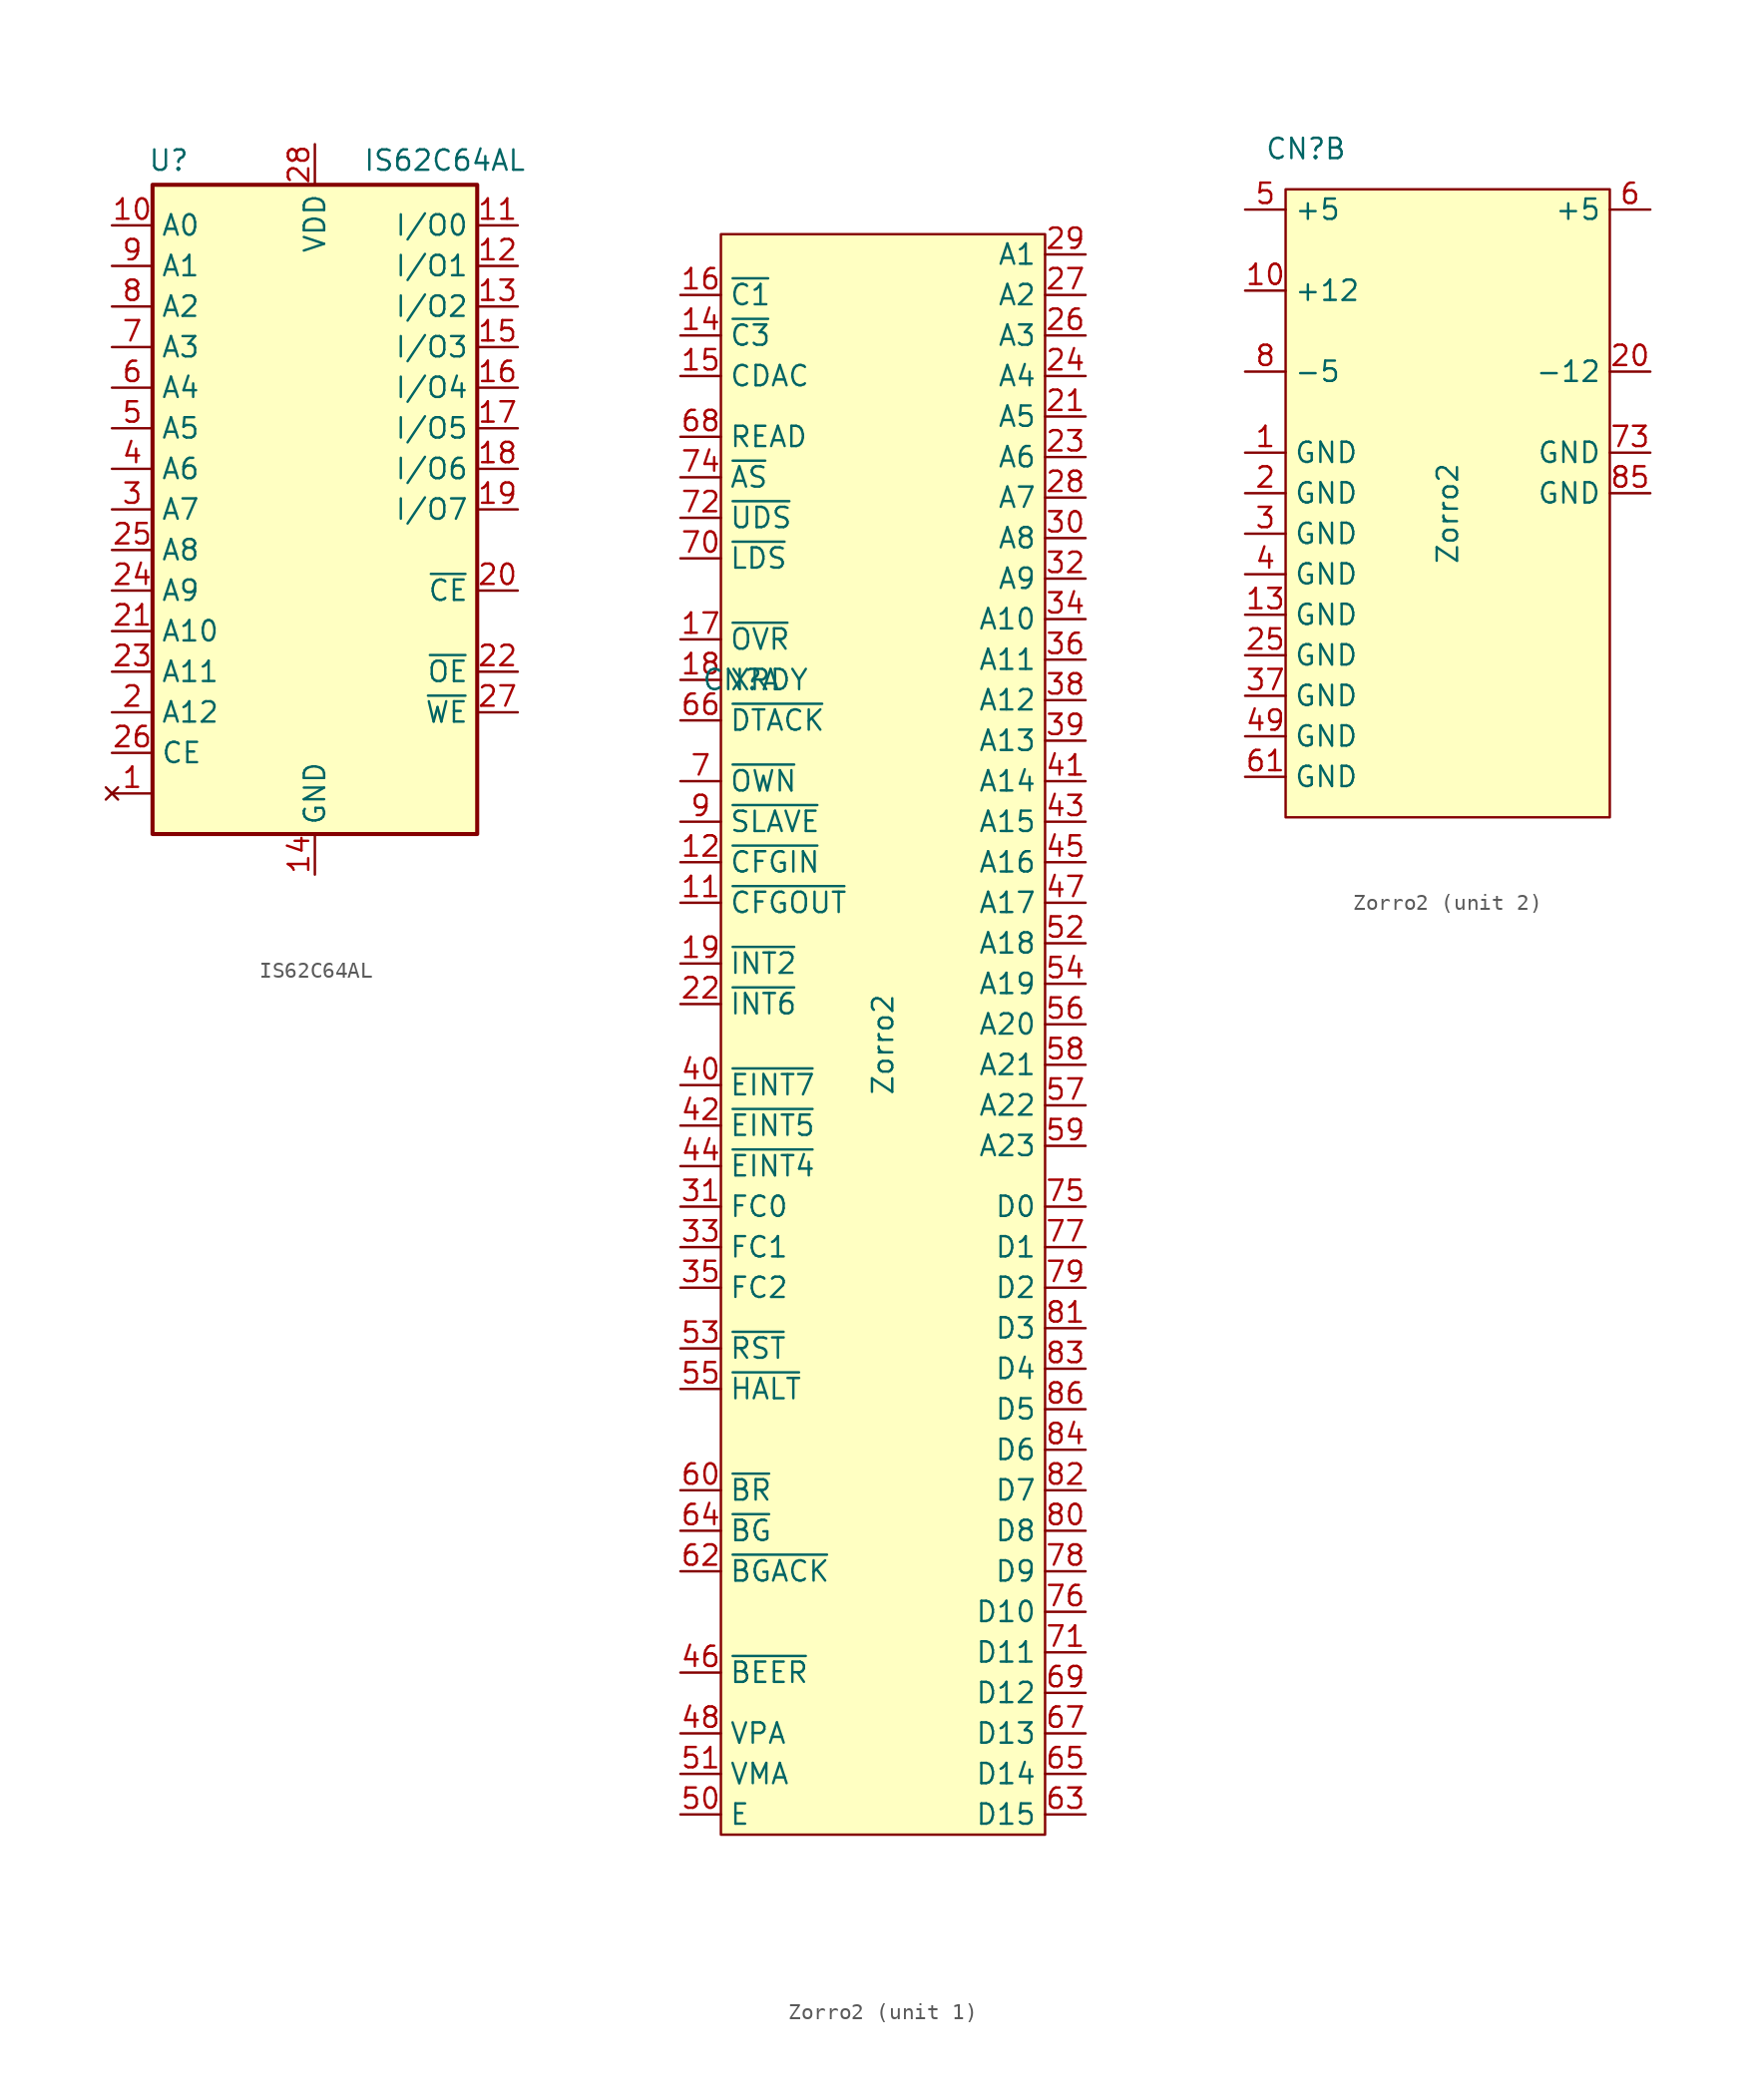
<source format=kicad_sym>
(kicad_symbol_lib
  (version 20231120)
  (generator "kicad_symbol_editor")
  (generator_version "8.0")
  (symbol "IS62C64AL"
    (property "Reference" "U"
      (at -9.144 21.844 0)
      (effects (font (size 1.27 1.27))))
    (property "Value" "IS62C64AL"
      (at 8.128 21.844 0)
      (effects (font (size 1.27 1.27))))
    (symbol "IS62C64AL_0_0"
      (pin power_in line (at 0 -22.86 90) (length 2.54) (name "GND" (effects (font (size 1.27 1.27)))) (number "14" (effects (font (size 1.27 1.27))))))
    (symbol "IS62C64AL_0_1"
      (rectangle (start -10.16 20.32) (end 10.16 -20.32) (stroke (width 0.254) (type default)) (fill (type background))))
    (symbol "IS62C64AL_1_0"
      (pin power_in line (at 0 22.86 270) (length 2.54) (name "VDD" (effects (font (size 1.27 1.27)))) (number "28" (effects (font (size 1.27 1.27))))))
    (symbol "IS62C64AL_1_1"
      (pin no_connect line (at -12.7 -17.78 0) (length 2.54) (name "" (effects (font (size 1.27 1.27)))) (number "1" (effects (font (size 1.27 1.27)))))
      (pin input line (at -12.7 17.78 0) (length 2.54) (name "A0" (effects (font (size 1.27 1.27)))) (number "10" (effects (font (size 1.27 1.27)))))
      (pin tri_state line (at 12.7 17.78 180) (length 2.54) (name "I/O0" (effects (font (size 1.27 1.27)))) (number "11" (effects (font (size 1.27 1.27)))))
      (pin tri_state line (at 12.7 15.24 180) (length 2.54) (name "I/O1" (effects (font (size 1.27 1.27)))) (number "12" (effects (font (size 1.27 1.27)))))
      (pin tri_state line (at 12.7 12.7 180) (length 2.54) (name "I/O2" (effects (font (size 1.27 1.27)))) (number "13" (effects (font (size 1.27 1.27)))))
      (pin tri_state line (at 12.7 10.16 180) (length 2.54) (name "I/O3" (effects (font (size 1.27 1.27)))) (number "15" (effects (font (size 1.27 1.27)))))
      (pin tri_state line (at 12.7 7.62 180) (length 2.54) (name "I/O4" (effects (font (size 1.27 1.27)))) (number "16" (effects (font (size 1.27 1.27)))))
      (pin tri_state line (at 12.7 5.08 180) (length 2.54) (name "I/O5" (effects (font (size 1.27 1.27)))) (number "17" (effects (font (size 1.27 1.27)))))
      (pin tri_state line (at 12.7 2.54 180) (length 2.54) (name "I/O6" (effects (font (size 1.27 1.27)))) (number "18" (effects (font (size 1.27 1.27)))))
      (pin tri_state line (at 12.7 0 180) (length 2.54) (name "I/O7" (effects (font (size 1.27 1.27)))) (number "19" (effects (font (size 1.27 1.27)))))
      (pin input line (at -12.7 -12.7 0) (length 2.54) (name "A12" (effects (font (size 1.27 1.27)))) (number "2" (effects (font (size 1.27 1.27)))))
      (pin input line (at 12.7 -5.08 180) (length 2.54) (name "~{CE}" (effects (font (size 1.27 1.27)))) (number "20" (effects (font (size 1.27 1.27)))))
      (pin input line (at -12.7 -7.62 0) (length 2.54) (name "A10" (effects (font (size 1.27 1.27)))) (number "21" (effects (font (size 1.27 1.27)))))
      (pin input line (at 12.7 -10.16 180) (length 2.54) (name "~{OE}" (effects (font (size 1.27 1.27)))) (number "22" (effects (font (size 1.27 1.27)))))
      (pin input line (at -12.7 -10.16 0) (length 2.54) (name "A11" (effects (font (size 1.27 1.27)))) (number "23" (effects (font (size 1.27 1.27)))))
      (pin input line (at -12.7 -5.08 0) (length 2.54) (name "A9" (effects (font (size 1.27 1.27)))) (number "24" (effects (font (size 1.27 1.27)))))
      (pin input line (at -12.7 -2.54 0) (length 2.54) (name "A8" (effects (font (size 1.27 1.27)))) (number "25" (effects (font (size 1.27 1.27)))))
      (pin input line (at -12.7 -15.24 0) (length 2.54) (name "CE" (effects (font (size 1.27 1.27)))) (number "26" (effects (font (size 1.27 1.27)))))
      (pin input line (at 12.7 -12.7 180) (length 2.54) (name "~{WE}" (effects (font (size 1.27 1.27)))) (number "27" (effects (font (size 1.27 1.27)))))
      (pin input line (at -12.7 0 0) (length 2.54) (name "A7" (effects (font (size 1.27 1.27)))) (number "3" (effects (font (size 1.27 1.27)))))
      (pin input line (at -12.7 2.54 0) (length 2.54) (name "A6" (effects (font (size 1.27 1.27)))) (number "4" (effects (font (size 1.27 1.27)))))
      (pin input line (at -12.7 5.08 0) (length 2.54) (name "A5" (effects (font (size 1.27 1.27)))) (number "5" (effects (font (size 1.27 1.27)))))
      (pin input line (at -12.7 7.62 0) (length 2.54) (name "A4" (effects (font (size 1.27 1.27)))) (number "6" (effects (font (size 1.27 1.27)))))
      (pin input line (at -12.7 10.16 0) (length 2.54) (name "A3" (effects (font (size 1.27 1.27)))) (number "7" (effects (font (size 1.27 1.27)))))
      (pin input line (at -12.7 12.7 0) (length 2.54) (name "A2" (effects (font (size 1.27 1.27)))) (number "8" (effects (font (size 1.27 1.27)))))
      (pin input line (at -12.7 15.24 0) (length 2.54) (name "A1" (effects (font (size 1.27 1.27)))) (number "9" (effects (font (size 1.27 1.27)))))))
  (symbol "Zorro2"
    (property "Reference" "CN"
      (at -8.89 22.86 0)
      (effects (font (size 1.27 1.27))))
    (property "Value" "Zorro2"
      (at 0 0 90)
      (effects (font (size 1.27 1.27))))
    (property "ki_locked" ""
      (at 0 0 0)
      (effects (font (size 1.27 1.27))))
    (symbol "Zorro2_1_1"
      (rectangle (start -10.16 50.8) (end 10.16 -49.53) (stroke (width 0.152) (type default)) (fill (type background)))
      (pin input line (at -12.7 8.89 0) (length 2.54) (name "~{CFGOUT}" (effects (font (size 1.27 1.27)))) (number "11" (effects (font (size 1.27 1.27)))))
      (pin output line (at -12.7 11.43 0) (length 2.54) (name "~{CFGIN}" (effects (font (size 1.27 1.27)))) (number "12" (effects (font (size 1.27 1.27)))))
      (pin output line (at -12.7 44.45 0) (length 2.54) (name "~{C3}" (effects (font (size 1.27 1.27)))) (number "14" (effects (font (size 1.27 1.27)))))
      (pin output line (at -12.7 41.91 0) (length 2.54) (name "CDAC" (effects (font (size 1.27 1.27)))) (number "15" (effects (font (size 1.27 1.27)))))
      (pin output line (at -12.7 46.99 0) (length 2.54) (name "~{C1}" (effects (font (size 1.27 1.27)))) (number "16" (effects (font (size 1.27 1.27)))))
      (pin input line (at -12.7 25.4 0) (length 2.54) (name "~{OVR}" (effects (font (size 1.27 1.27)))) (number "17" (effects (font (size 1.27 1.27)))))
      (pin input line (at -12.7 22.86 0) (length 2.54) (name "XRDY" (effects (font (size 1.27 1.27)))) (number "18" (effects (font (size 1.27 1.27)))))
      (pin input line (at -12.7 5.08 0) (length 2.54) (name "~{INT2}" (effects (font (size 1.27 1.27)))) (number "19" (effects (font (size 1.27 1.27)))))
      (pin output line (at 12.7 39.37 180) (length 2.54) (name "A5" (effects (font (size 1.27 1.27)))) (number "21" (effects (font (size 1.27 1.27)))))
      (pin input line (at -12.7 2.54 0) (length 2.54) (name "~{INT6}" (effects (font (size 1.27 1.27)))) (number "22" (effects (font (size 1.27 1.27)))))
      (pin output line (at 12.7 36.83 180) (length 2.54) (name "A6" (effects (font (size 1.27 1.27)))) (number "23" (effects (font (size 1.27 1.27)))))
      (pin output line (at 12.7 41.91 180) (length 2.54) (name "A4" (effects (font (size 1.27 1.27)))) (number "24" (effects (font (size 1.27 1.27)))))
      (pin output line (at 12.7 44.45 180) (length 2.54) (name "A3" (effects (font (size 1.27 1.27)))) (number "26" (effects (font (size 1.27 1.27)))))
      (pin output line (at 12.7 46.99 180) (length 2.54) (name "A2" (effects (font (size 1.27 1.27)))) (number "27" (effects (font (size 1.27 1.27)))))
      (pin output line (at 12.7 34.29 180) (length 2.54) (name "A7" (effects (font (size 1.27 1.27)))) (number "28" (effects (font (size 1.27 1.27)))))
      (pin output line (at 12.7 49.53 180) (length 2.54) (name "A1" (effects (font (size 1.27 1.27)))) (number "29" (effects (font (size 1.27 1.27)))))
      (pin output line (at 12.7 31.75 180) (length 2.54) (name "A8" (effects (font (size 1.27 1.27)))) (number "30" (effects (font (size 1.27 1.27)))))
      (pin output line (at -12.7 -10.16 0) (length 2.54) (name "FC0" (effects (font (size 1.27 1.27)))) (number "31" (effects (font (size 1.27 1.27)))))
      (pin output line (at 12.7 29.21 180) (length 2.54) (name "A9" (effects (font (size 1.27 1.27)))) (number "32" (effects (font (size 1.27 1.27)))))
      (pin output line (at -12.7 -12.7 0) (length 2.54) (name "FC1" (effects (font (size 1.27 1.27)))) (number "33" (effects (font (size 1.27 1.27)))))
      (pin output line (at 12.7 26.67 180) (length 2.54) (name "A10" (effects (font (size 1.27 1.27)))) (number "34" (effects (font (size 1.27 1.27)))))
      (pin output line (at -12.7 -15.24 0) (length 2.54) (name "FC2" (effects (font (size 1.27 1.27)))) (number "35" (effects (font (size 1.27 1.27)))))
      (pin output line (at 12.7 24.13 180) (length 2.54) (name "A11" (effects (font (size 1.27 1.27)))) (number "36" (effects (font (size 1.27 1.27)))))
      (pin output line (at 12.7 21.59 180) (length 2.54) (name "A12" (effects (font (size 1.27 1.27)))) (number "38" (effects (font (size 1.27 1.27)))))
      (pin output line (at 12.7 19.05 180) (length 2.54) (name "A13" (effects (font (size 1.27 1.27)))) (number "39" (effects (font (size 1.27 1.27)))))
      (pin input line (at -12.7 -2.54 0) (length 2.54) (name "~{EINT7}" (effects (font (size 1.27 1.27)))) (number "40" (effects (font (size 1.27 1.27)))))
      (pin output line (at 12.7 16.51 180) (length 2.54) (name "A14" (effects (font (size 1.27 1.27)))) (number "41" (effects (font (size 1.27 1.27)))))
      (pin input line (at -12.7 -5.08 0) (length 2.54) (name "~{EINT5}" (effects (font (size 1.27 1.27)))) (number "42" (effects (font (size 1.27 1.27)))))
      (pin output line (at 12.7 13.97 180) (length 2.54) (name "A15" (effects (font (size 1.27 1.27)))) (number "43" (effects (font (size 1.27 1.27)))))
      (pin input line (at -12.7 -7.62 0) (length 2.54) (name "~{EINT4}" (effects (font (size 1.27 1.27)))) (number "44" (effects (font (size 1.27 1.27)))))
      (pin output line (at 12.7 11.43 180) (length 2.54) (name "A16" (effects (font (size 1.27 1.27)))) (number "45" (effects (font (size 1.27 1.27)))))
      (pin output line (at -12.7 -39.37 0) (length 2.54) (name "~{BEER}" (effects (font (size 1.27 1.27)))) (number "46" (effects (font (size 1.27 1.27)))))
      (pin output line (at 12.7 8.89 180) (length 2.54) (name "A17" (effects (font (size 1.27 1.27)))) (number "47" (effects (font (size 1.27 1.27)))))
      (pin input line (at -12.7 -43.18 0) (length 2.54) (name "VPA" (effects (font (size 1.27 1.27)))) (number "48" (effects (font (size 1.27 1.27)))))
      (pin output line (at -12.7 -48.26 0) (length 2.54) (name "E" (effects (font (size 1.27 1.27)))) (number "50" (effects (font (size 1.27 1.27)))))
      (pin output line (at -12.7 -45.72 0) (length 2.54) (name "VMA" (effects (font (size 1.27 1.27)))) (number "51" (effects (font (size 1.27 1.27)))))
      (pin output line (at 12.7 6.35 180) (length 2.54) (name "A18" (effects (font (size 1.27 1.27)))) (number "52" (effects (font (size 1.27 1.27)))))
      (pin output line (at -12.7 -19.05 0) (length 2.54) (name "~{RST}" (effects (font (size 1.27 1.27)))) (number "53" (effects (font (size 1.27 1.27)))))
      (pin output line (at 12.7 3.81 180) (length 2.54) (name "A19" (effects (font (size 1.27 1.27)))) (number "54" (effects (font (size 1.27 1.27)))))
      (pin output line (at -12.7 -21.59 0) (length 2.54) (name "~{HALT}" (effects (font (size 1.27 1.27)))) (number "55" (effects (font (size 1.27 1.27)))))
      (pin output line (at 12.7 1.27 180) (length 2.54) (name "A20" (effects (font (size 1.27 1.27)))) (number "56" (effects (font (size 1.27 1.27)))))
      (pin output line (at 12.7 -3.81 180) (length 2.54) (name "A22" (effects (font (size 1.27 1.27)))) (number "57" (effects (font (size 1.27 1.27)))))
      (pin output line (at 12.7 -1.27 180) (length 2.54) (name "A21" (effects (font (size 1.27 1.27)))) (number "58" (effects (font (size 1.27 1.27)))))
      (pin output line (at 12.7 -6.35 180) (length 2.54) (name "A23" (effects (font (size 1.27 1.27)))) (number "59" (effects (font (size 1.27 1.27)))))
      (pin input line (at -12.7 -27.94 0) (length 2.54) (name "~{BR}" (effects (font (size 1.27 1.27)))) (number "60" (effects (font (size 1.27 1.27)))))
      (pin input line (at -12.7 -33.02 0) (length 2.54) (name "~{BGACK}" (effects (font (size 1.27 1.27)))) (number "62" (effects (font (size 1.27 1.27)))))
      (pin bidirectional line (at 12.7 -48.26 180) (length 2.54) (name "D15" (effects (font (size 1.27 1.27)))) (number "63" (effects (font (size 1.27 1.27)))))
      (pin output line (at -12.7 -30.48 0) (length 2.54) (name "~{BG}" (effects (font (size 1.27 1.27)))) (number "64" (effects (font (size 1.27 1.27)))))
      (pin bidirectional line (at 12.7 -45.72 180) (length 2.54) (name "D14" (effects (font (size 1.27 1.27)))) (number "65" (effects (font (size 1.27 1.27)))))
      (pin input line (at -12.7 20.32 0) (length 2.54) (name "~{DTACK}" (effects (font (size 1.27 1.27)))) (number "66" (effects (font (size 1.27 1.27)))))
      (pin bidirectional line (at 12.7 -43.18 180) (length 2.54) (name "D13" (effects (font (size 1.27 1.27)))) (number "67" (effects (font (size 1.27 1.27)))))
      (pin output line (at -12.7 38.1 0) (length 2.54) (name "READ" (effects (font (size 1.27 1.27)))) (number "68" (effects (font (size 1.27 1.27)))))
      (pin bidirectional line (at 12.7 -40.64 180) (length 2.54) (name "D12" (effects (font (size 1.27 1.27)))) (number "69" (effects (font (size 1.27 1.27)))))
      (pin input line (at -12.7 16.51 0) (length 2.54) (name "~{OWN}" (effects (font (size 1.27 1.27)))) (number "7" (effects (font (size 1.27 1.27)))))
      (pin output line (at -12.7 30.48 0) (length 2.54) (name "~{LDS}" (effects (font (size 1.27 1.27)))) (number "70" (effects (font (size 1.27 1.27)))))
      (pin bidirectional line (at 12.7 -38.1 180) (length 2.54) (name "D11" (effects (font (size 1.27 1.27)))) (number "71" (effects (font (size 1.27 1.27)))))
      (pin output line (at -12.7 33.02 0) (length 2.54) (name "~{UDS}" (effects (font (size 1.27 1.27)))) (number "72" (effects (font (size 1.27 1.27)))))
      (pin output line (at -12.7 35.56 0) (length 2.54) (name "~{AS}" (effects (font (size 1.27 1.27)))) (number "74" (effects (font (size 1.27 1.27)))))
      (pin bidirectional line (at 12.7 -10.16 180) (length 2.54) (name "D0" (effects (font (size 1.27 1.27)))) (number "75" (effects (font (size 1.27 1.27)))))
      (pin bidirectional line (at 12.7 -35.56 180) (length 2.54) (name "D10" (effects (font (size 1.27 1.27)))) (number "76" (effects (font (size 1.27 1.27)))))
      (pin bidirectional line (at 12.7 -12.7 180) (length 2.54) (name "D1" (effects (font (size 1.27 1.27)))) (number "77" (effects (font (size 1.27 1.27)))))
      (pin bidirectional line (at 12.7 -33.02 180) (length 2.54) (name "D9" (effects (font (size 1.27 1.27)))) (number "78" (effects (font (size 1.27 1.27)))))
      (pin bidirectional line (at 12.7 -15.24 180) (length 2.54) (name "D2" (effects (font (size 1.27 1.27)))) (number "79" (effects (font (size 1.27 1.27)))))
      (pin bidirectional line (at 12.7 -30.48 180) (length 2.54) (name "D8" (effects (font (size 1.27 1.27)))) (number "80" (effects (font (size 1.27 1.27)))))
      (pin bidirectional line (at 12.7 -17.78 180) (length 2.54) (name "D3" (effects (font (size 1.27 1.27)))) (number "81" (effects (font (size 1.27 1.27)))))
      (pin bidirectional line (at 12.7 -27.94 180) (length 2.54) (name "D7" (effects (font (size 1.27 1.27)))) (number "82" (effects (font (size 1.27 1.27)))))
      (pin bidirectional line (at 12.7 -20.32 180) (length 2.54) (name "D4" (effects (font (size 1.27 1.27)))) (number "83" (effects (font (size 1.27 1.27)))))
      (pin bidirectional line (at 12.7 -25.4 180) (length 2.54) (name "D6" (effects (font (size 1.27 1.27)))) (number "84" (effects (font (size 1.27 1.27)))))
      (pin bidirectional line (at 12.7 -22.86 180) (length 2.54) (name "D5" (effects (font (size 1.27 1.27)))) (number "86" (effects (font (size 1.27 1.27)))))
      (pin input line (at -12.7 13.97 0) (length 2.54) (name "~{SLAVE}" (effects (font (size 1.27 1.27)))) (number "9" (effects (font (size 1.27 1.27))))))
    (symbol "Zorro2_2_1"
      (rectangle (start -10.16 20.32) (end 10.16 -19.05) (stroke (width 0.152) (type default)) (fill (type background)))
      (pin power_out line (at -12.7 3.81 0) (length 2.54) (name "GND" (effects (font (size 1.27 1.27)))) (number "1" (effects (font (size 1.27 1.27)))))
      (pin power_out line (at -12.7 13.97 0) (length 2.54) (name "+12" (effects (font (size 1.27 1.27)))) (number "10" (effects (font (size 1.27 1.27)))))
      (pin power_out line (at -12.7 -6.35 0) (length 2.54) (name "GND" (effects (font (size 1.27 1.27)))) (number "13" (effects (font (size 1.27 1.27)))))
      (pin power_out line (at -12.7 1.27 0) (length 2.54) (name "GND" (effects (font (size 1.27 1.27)))) (number "2" (effects (font (size 1.27 1.27)))))
      (pin power_out line (at 12.7 8.89 180) (length 2.54) (name "-12" (effects (font (size 1.27 1.27)))) (number "20" (effects (font (size 1.27 1.27)))))
      (pin power_out line (at -12.7 -8.89 0) (length 2.54) (name "GND" (effects (font (size 1.27 1.27)))) (number "25" (effects (font (size 1.27 1.27)))))
      (pin power_out line (at -12.7 -1.27 0) (length 2.54) (name "GND" (effects (font (size 1.27 1.27)))) (number "3" (effects (font (size 1.27 1.27)))))
      (pin power_out line (at -12.7 -11.43 0) (length 2.54) (name "GND" (effects (font (size 1.27 1.27)))) (number "37" (effects (font (size 1.27 1.27)))))
      (pin power_out line (at -12.7 -3.81 0) (length 2.54) (name "GND" (effects (font (size 1.27 1.27)))) (number "4" (effects (font (size 1.27 1.27)))))
      (pin power_out line (at -12.7 -13.97 0) (length 2.54) (name "GND" (effects (font (size 1.27 1.27)))) (number "49" (effects (font (size 1.27 1.27)))))
      (pin power_out line (at -12.7 19.05 0) (length 2.54) (name "+5" (effects (font (size 1.27 1.27)))) (number "5" (effects (font (size 1.27 1.27)))))
      (pin power_out line (at 12.7 19.05 180) (length 2.54) (name "+5" (effects (font (size 1.27 1.27)))) (number "6" (effects (font (size 1.27 1.27)))))
      (pin power_out line (at -12.7 -16.51 0) (length 2.54) (name "GND" (effects (font (size 1.27 1.27)))) (number "61" (effects (font (size 1.27 1.27)))))
      (pin power_out line (at 12.7 3.81 180) (length 2.54) (name "GND" (effects (font (size 1.27 1.27)))) (number "73" (effects (font (size 1.27 1.27)))))
      (pin power_out line (at -12.7 8.89 0) (length 2.54) (name "-5" (effects (font (size 1.27 1.27)))) (number "8" (effects (font (size 1.27 1.27)))))
      (pin power_out line (at 12.7 1.27 180) (length 2.54) (name "GND" (effects (font (size 1.27 1.27)))) (number "85" (effects (font (size 1.27 1.27))))))))
</source>
